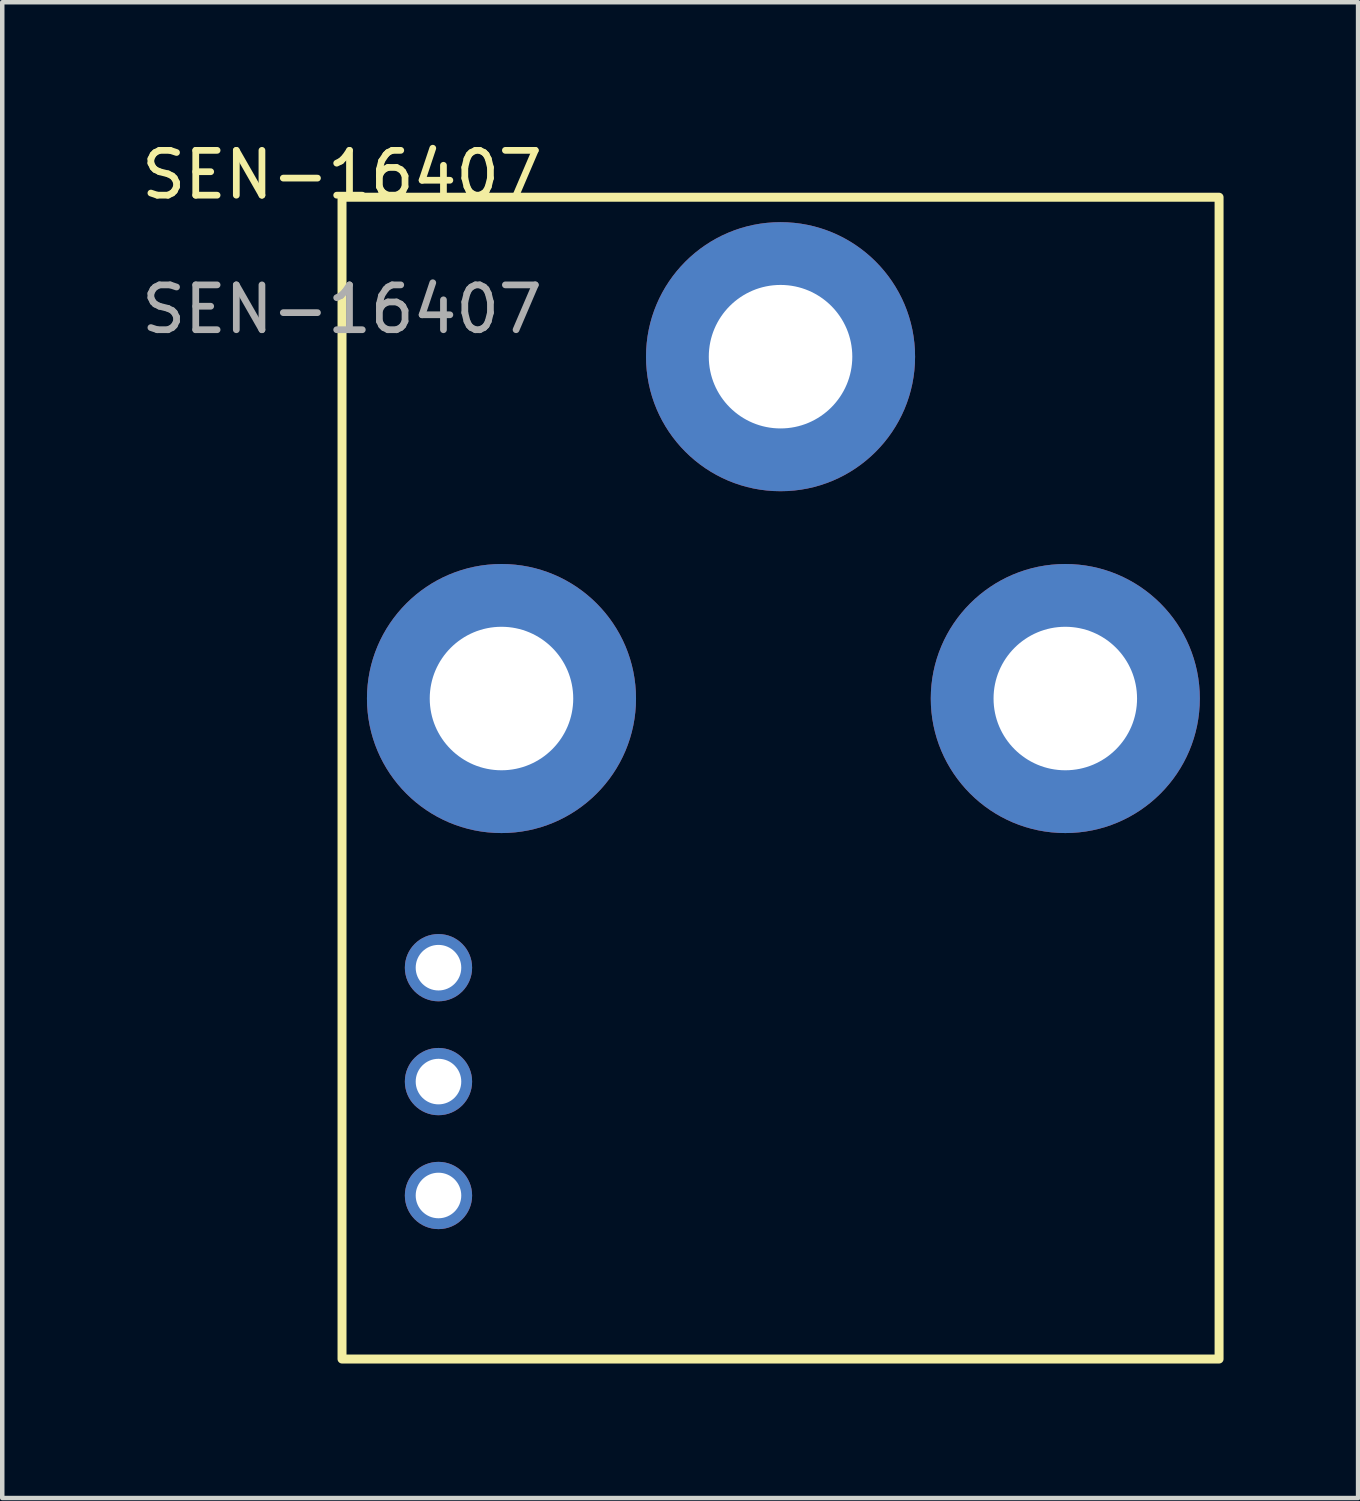
<source format=kicad_pcb>
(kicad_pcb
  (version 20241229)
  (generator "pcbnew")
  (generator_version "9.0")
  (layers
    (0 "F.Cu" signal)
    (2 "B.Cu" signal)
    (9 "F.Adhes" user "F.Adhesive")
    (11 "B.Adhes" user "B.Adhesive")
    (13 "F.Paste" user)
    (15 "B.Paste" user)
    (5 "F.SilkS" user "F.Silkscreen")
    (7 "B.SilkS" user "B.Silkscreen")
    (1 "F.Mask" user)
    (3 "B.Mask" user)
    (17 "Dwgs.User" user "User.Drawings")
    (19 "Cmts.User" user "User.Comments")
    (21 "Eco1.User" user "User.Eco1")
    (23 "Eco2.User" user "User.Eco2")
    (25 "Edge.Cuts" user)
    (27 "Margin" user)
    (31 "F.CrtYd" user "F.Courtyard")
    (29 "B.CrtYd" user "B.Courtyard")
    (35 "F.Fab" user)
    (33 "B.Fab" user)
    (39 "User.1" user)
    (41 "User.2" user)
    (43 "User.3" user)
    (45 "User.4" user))
  (footprint "SEN-16407"
    (layer "F.Cu")
    (at 4.577 1.348)
    (property "Reference" "SEN-16407" (at 0 -0.5 0) (unlocked yes) (layer "F.SilkS") (effects (font (size 1 1) (thickness 0.15))))
    (attr through_hole)
    (fp_rect (start 0 0) (end 19.558 25.908) (stroke (width 0.2) (type solid)) (fill no) (layer "F.SilkS"))
    (fp_text user "${REFERENCE}" (at 0 2.5 0) (unlocked yes) (layer "F.Fab") (effects (font (size 1 1) (thickness 0.15))))
    (pad "2" thru_hole circle (at 9.779 3.556) (size 6 6) (drill 3.2) (layers "*.Cu" "*.Mask" "Eco1.User"))
    (pad "4" thru_hole circle (at 3.556 11.179) (size 6 6) (drill 3.2) (layers "*.Cu" "*.Mask" "Eco1.User"))
    (pad "5" thru_hole circle (at 16.129 11.179) (size 6 6) (drill 3.2) (layers "*.Cu" "*.Mask" "Eco1.User"))
    (pad "6" thru_hole circle (at 2.151 17.181) (size 1.5 1.5) (drill 1.016) (layers "*.Cu" "*.Mask" "Eco1.User"))
    (pad "7" thru_hole circle (at 2.151 19.721) (size 1.5 1.5) (drill 1.016) (layers "*.Cu" "*.Mask" "Eco1.User"))
    (pad "8" thru_hole circle (at 2.151 22.261) (size 1.5 1.5) (drill 1.016) (layers "*.Cu" "*.Mask" "Eco1.User")))
  (gr_rect
    (start -3 -3)
    (end 27.235 30.356)
    (stroke (width 0.1) (type default))
    (fill no)
    (layer "Edge.Cuts")))
</source>
